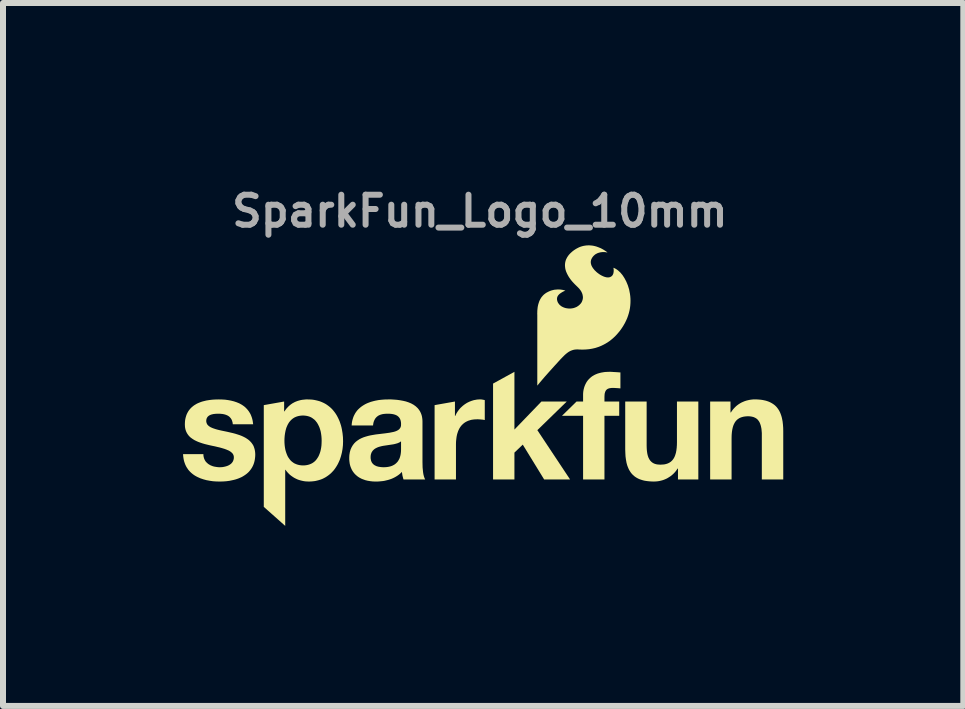
<source format=kicad_pcb>
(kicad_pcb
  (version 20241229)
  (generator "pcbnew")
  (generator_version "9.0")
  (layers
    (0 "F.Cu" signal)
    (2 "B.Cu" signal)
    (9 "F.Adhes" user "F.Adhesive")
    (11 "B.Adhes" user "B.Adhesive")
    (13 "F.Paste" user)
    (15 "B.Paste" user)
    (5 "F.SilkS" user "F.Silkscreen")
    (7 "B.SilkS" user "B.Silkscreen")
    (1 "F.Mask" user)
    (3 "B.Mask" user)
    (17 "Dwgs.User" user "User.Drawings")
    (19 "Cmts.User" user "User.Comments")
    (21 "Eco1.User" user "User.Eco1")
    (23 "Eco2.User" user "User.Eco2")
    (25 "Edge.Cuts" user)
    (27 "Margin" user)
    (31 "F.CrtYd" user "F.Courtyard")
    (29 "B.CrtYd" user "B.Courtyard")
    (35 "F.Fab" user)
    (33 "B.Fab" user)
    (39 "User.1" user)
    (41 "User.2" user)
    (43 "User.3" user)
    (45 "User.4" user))
  (footprint "SparkFun_Logo_10mm"
    (layer "F.Cu")
    (at 4.946 4.268)
    (property "Reference" "SparkFun_Logo_10mm" (at 0 -3.8 0) (layer "F.Fab") (effects (font (size 0.5 0.5) (thickness 0.1))))
    (attr board_only exclude_from_pos_files exclude_from_bom)
    (fp_poly (pts (xy 0.575 -0.161) (xy 1.025 -0.628) (xy 1.447 -0.628) (xy 0.957 -0.151) (xy 1.502 0.67) (xy 1.07 0.67) (xy 0.714 0.09) (xy 0.575 0.223) (xy 0.575 0.67) (xy 0.219 0.67) (xy 0.219 -0.927) (xy 0.575 -1.123)) (stroke (width 0) (type solid)) (fill yes) (layer "F.SilkS"))
    (fp_poly (pts (xy 0.008 -0.663) (xy 0.013 -0.663) (xy 0.018 -0.663) (xy 0.023 -0.663) (xy 0.033 -0.661) (xy 0.043 -0.66) (xy 0.053 -0.658) (xy 0.062 -0.656) (xy 0.072 -0.654) (xy 0.081 -0.651) (xy 0.081 -0.32) (xy 0.068 -0.322) (xy 0.053 -0.325) (xy 0.037 -0.327) (xy 0.021 -0.328) (xy 0.004 -0.33) (xy -0.014 -0.331) (xy -0.031 -0.332) (xy -0.047 -0.332) (xy -0.071 -0.331) (xy -0.094 -0.33) (xy -0.117 -0.327) (xy -0.138 -0.324) (xy -0.158 -0.319) (xy -0.177 -0.313) (xy -0.196 -0.307) (xy -0.213 -0.299) (xy -0.23 -0.291) (xy -0.245 -0.282) (xy -0.26 -0.272) (xy -0.274 -0.261) (xy -0.287 -0.249) (xy -0.3 -0.237) (xy -0.311 -0.224) (xy -0.322 -0.21) (xy -0.332 -0.196) (xy -0.341 -0.181) (xy -0.349 -0.165) (xy -0.357 -0.149) (xy -0.364 -0.132) (xy -0.37 -0.114) (xy -0.376 -0.096) (xy -0.381 -0.078) (xy -0.385 -0.059) (xy -0.389 -0.039) (xy -0.394 0.001) (xy -0.398 0.042) (xy -0.399 0.085) (xy -0.399 0.67) (xy -0.755 0.67) (xy -0.755 -0.568) (xy -0.416 -0.628) (xy -0.416 -0.387) (xy -0.411 -0.387) (xy -0.405 -0.402) (xy -0.397 -0.417) (xy -0.39 -0.432) (xy -0.381 -0.446) (xy -0.372 -0.46) (xy -0.363 -0.473) (xy -0.353 -0.486) (xy -0.343 -0.499) (xy -0.332 -0.512) (xy -0.321 -0.524) (xy -0.309 -0.535) (xy -0.297 -0.546) (xy -0.285 -0.557) (xy -0.272 -0.567) (xy -0.259 -0.577) (xy -0.245 -0.587) (xy -0.232 -0.595) (xy -0.218 -0.604) (xy -0.203 -0.612) (xy -0.188 -0.619) (xy -0.174 -0.626) (xy -0.158 -0.632) (xy -0.143 -0.638) (xy -0.127 -0.643) (xy -0.112 -0.648) (xy -0.096 -0.652) (xy -0.079 -0.655) (xy -0.063 -0.658) (xy -0.047 -0.661) (xy -0.03 -0.662) (xy -0.014 -0.663) (xy 0.003 -0.663)) (stroke (width 0) (type solid)) (fill yes) (layer "F.SilkS"))
    (fp_poly (pts (xy 2.177 -1.123) (xy 2.201 -1.122) (xy 2.224 -1.12) (xy 2.248 -1.119) (xy 2.295 -1.116) (xy 2.319 -1.114) (xy 2.341 -1.113) (xy 2.341 -0.847) (xy 2.325 -0.848) (xy 2.309 -0.85) (xy 2.293 -0.851) (xy 2.276 -0.852) (xy 2.26 -0.853) (xy 2.243 -0.854) (xy 2.227 -0.854) (xy 2.211 -0.854) (xy 2.193 -0.854) (xy 2.185 -0.853) (xy 2.177 -0.852) (xy 2.169 -0.851) (xy 2.162 -0.85) (xy 2.155 -0.848) (xy 2.148 -0.846) (xy 2.142 -0.844) (xy 2.136 -0.842) (xy 2.13 -0.839) (xy 2.125 -0.836) (xy 2.12 -0.833) (xy 2.115 -0.829) (xy 2.111 -0.825) (xy 2.106 -0.821) (xy 2.102 -0.816) (xy 2.099 -0.811) (xy 2.095 -0.806) (xy 2.092 -0.8) (xy 2.09 -0.795) (xy 2.087 -0.788) (xy 2.085 -0.782) (xy 2.083 -0.775) (xy 2.081 -0.768) (xy 2.079 -0.76) (xy 2.078 -0.752) (xy 2.077 -0.743) (xy 2.076 -0.726) (xy 2.075 -0.706) (xy 2.075 -0.628) (xy 2.321 -0.628) (xy 2.321 -0.39) (xy 2.075 -0.39) (xy 2.075 0.67) (xy 1.719 0.67) (xy 1.719 -0.39) (xy 1.367 -0.39) (xy 1.61 -0.628) (xy 1.719 -0.628) (xy 1.719 -0.729) (xy 1.719 -0.75) (xy 1.72 -0.771) (xy 1.722 -0.792) (xy 1.725 -0.812) (xy 1.729 -0.832) (xy 1.734 -0.851) (xy 1.739 -0.869) (xy 1.746 -0.888) (xy 1.753 -0.905) (xy 1.761 -0.922) (xy 1.77 -0.939) (xy 1.779 -0.955) (xy 1.79 -0.97) (xy 1.801 -0.985) (xy 1.814 -0.999) (xy 1.827 -1.012) (xy 1.841 -1.025) (xy 1.855 -1.037) (xy 1.871 -1.049) (xy 1.888 -1.059) (xy 1.905 -1.069) (xy 1.923 -1.078) (xy 1.942 -1.086) (xy 1.962 -1.094) (xy 1.983 -1.1) (xy 2.005 -1.106) (xy 2.027 -1.111) (xy 2.051 -1.115) (xy 2.075 -1.119) (xy 2.1 -1.121) (xy 2.126 -1.122) (xy 2.153 -1.123)) (stroke (width 0) (type solid)) (fill yes) (layer "F.SilkS"))
    (fp_poly (pts (xy 2.778 0.105) (xy 2.779 0.144) (xy 2.781 0.18) (xy 2.785 0.214) (xy 2.79 0.245) (xy 2.797 0.273) (xy 2.806 0.3) (xy 2.811 0.312) (xy 2.817 0.323) (xy 2.823 0.334) (xy 2.829 0.344) (xy 2.836 0.354) (xy 2.844 0.363) (xy 2.852 0.371) (xy 2.86 0.379) (xy 2.869 0.386) (xy 2.879 0.393) (xy 2.889 0.399) (xy 2.9 0.404) (xy 2.911 0.409) (xy 2.923 0.413) (xy 2.935 0.416) (xy 2.948 0.419) (xy 2.962 0.421) (xy 2.976 0.422) (xy 2.991 0.423) (xy 3.006 0.424) (xy 3.024 0.423) (xy 3.041 0.422) (xy 3.058 0.421) (xy 3.074 0.419) (xy 3.089 0.416) (xy 3.104 0.412) (xy 3.118 0.408) (xy 3.131 0.403) (xy 3.144 0.397) (xy 3.156 0.391) (xy 3.168 0.383) (xy 3.179 0.376) (xy 3.189 0.367) (xy 3.199 0.358) (xy 3.208 0.348) (xy 3.217 0.337) (xy 3.225 0.325) (xy 3.233 0.313) (xy 3.24 0.299) (xy 3.246 0.286) (xy 3.252 0.271) (xy 3.257 0.255) (xy 3.262 0.239) (xy 3.267 0.221) (xy 3.27 0.203) (xy 3.274 0.184) (xy 3.276 0.164) (xy 3.279 0.144) (xy 3.28 0.122) (xy 3.282 0.1) (xy 3.283 0.052) (xy 3.283 -0.628) (xy 3.639 -0.628) (xy 3.639 0.67) (xy 3.3 0.67) (xy 3.3 0.489) (xy 3.293 0.489) (xy 3.284 0.503) (xy 3.275 0.516) (xy 3.266 0.529) (xy 3.256 0.541) (xy 3.246 0.553) (xy 3.235 0.564) (xy 3.225 0.575) (xy 3.214 0.585) (xy 3.202 0.595) (xy 3.191 0.605) (xy 3.179 0.614) (xy 3.167 0.622) (xy 3.142 0.638) (xy 3.117 0.653) (xy 3.091 0.665) (xy 3.064 0.676) (xy 3.037 0.685) (xy 3.009 0.692) (xy 2.981 0.698) (xy 2.952 0.702) (xy 2.924 0.704) (xy 2.896 0.705) (xy 2.861 0.704) (xy 2.828 0.702) (xy 2.797 0.699) (xy 2.767 0.695) (xy 2.738 0.69) (xy 2.711 0.683) (xy 2.686 0.675) (xy 2.662 0.667) (xy 2.639 0.657) (xy 2.618 0.646) (xy 2.598 0.634) (xy 2.579 0.621) (xy 2.562 0.606) (xy 2.545 0.591) (xy 2.53 0.575) (xy 2.516 0.558) (xy 2.504 0.54) (xy 2.492 0.521) (xy 2.481 0.501) (xy 2.472 0.481) (xy 2.463 0.459) (xy 2.455 0.437) (xy 2.448 0.413) (xy 2.442 0.389) (xy 2.433 0.339) (xy 2.426 0.286) (xy 2.423 0.229) (xy 2.421 0.17) (xy 2.421 -0.628) (xy 2.778 -0.628)) (stroke (width 0) (type solid)) (fill yes) (layer "F.SilkS"))
    (fp_poly (pts (xy 4.614 -0.663) (xy 4.647 -0.661) (xy 4.679 -0.658) (xy 4.709 -0.654) (xy 4.737 -0.648) (xy 4.764 -0.642) (xy 4.789 -0.634) (xy 4.814 -0.625) (xy 4.836 -0.615) (xy 4.857 -0.604) (xy 4.877 -0.592) (xy 4.896 -0.579) (xy 4.914 -0.565) (xy 4.93 -0.55) (xy 4.945 -0.534) (xy 4.959 -0.516) (xy 4.972 -0.498) (xy 4.983 -0.48) (xy 4.994 -0.46) (xy 5.004 -0.439) (xy 5.012 -0.417) (xy 5.02 -0.395) (xy 5.027 -0.372) (xy 5.033 -0.348) (xy 5.043 -0.297) (xy 5.049 -0.244) (xy 5.053 -0.188) (xy 5.054 -0.129) (xy 5.054 0.67) (xy 4.697 0.67) (xy 4.697 -0.063) (xy 4.697 -0.102) (xy 4.694 -0.138) (xy 4.691 -0.172) (xy 4.685 -0.203) (xy 4.678 -0.232) (xy 4.669 -0.258) (xy 4.664 -0.27) (xy 4.659 -0.282) (xy 4.653 -0.292) (xy 4.646 -0.303) (xy 4.639 -0.312) (xy 4.632 -0.321) (xy 4.624 -0.33) (xy 4.615 -0.338) (xy 4.606 -0.345) (xy 4.596 -0.351) (xy 4.586 -0.357) (xy 4.575 -0.362) (xy 4.564 -0.367) (xy 4.552 -0.371) (xy 4.54 -0.374) (xy 4.527 -0.377) (xy 4.513 -0.379) (xy 4.499 -0.381) (xy 4.484 -0.382) (xy 4.469 -0.382) (xy 4.451 -0.382) (xy 4.434 -0.381) (xy 4.417 -0.379) (xy 4.402 -0.377) (xy 4.386 -0.374) (xy 4.372 -0.37) (xy 4.358 -0.366) (xy 4.344 -0.361) (xy 4.331 -0.355) (xy 4.319 -0.349) (xy 4.308 -0.342) (xy 4.297 -0.334) (xy 4.286 -0.326) (xy 4.276 -0.316) (xy 4.267 -0.306) (xy 4.258 -0.295) (xy 4.25 -0.284) (xy 4.243 -0.271) (xy 4.236 -0.258) (xy 4.229 -0.244) (xy 4.223 -0.229) (xy 4.218 -0.214) (xy 4.213 -0.197) (xy 4.209 -0.18) (xy 4.205 -0.162) (xy 4.202 -0.143) (xy 4.199 -0.123) (xy 4.197 -0.102) (xy 4.195 -0.081) (xy 4.194 -0.058) (xy 4.193 -0.01) (xy 4.193 0.67) (xy 3.836 0.67) (xy 3.836 -0.628) (xy 4.175 -0.628) (xy 4.175 -0.447) (xy 4.183 -0.447) (xy 4.191 -0.461) (xy 4.2 -0.474) (xy 4.21 -0.487) (xy 4.219 -0.499) (xy 4.23 -0.511) (xy 4.24 -0.522) (xy 4.251 -0.533) (xy 4.262 -0.544) (xy 4.273 -0.554) (xy 4.284 -0.563) (xy 4.296 -0.572) (xy 4.308 -0.581) (xy 4.333 -0.597) (xy 4.358 -0.611) (xy 4.385 -0.623) (xy 4.411 -0.634) (xy 4.439 -0.643) (xy 4.467 -0.65) (xy 4.495 -0.656) (xy 4.523 -0.66) (xy 4.551 -0.663) (xy 4.579 -0.663)) (stroke (width 0) (type solid)) (fill yes) (layer "F.SilkS"))
    (fp_poly (pts (xy -2.833 -0.662) (xy -2.797 -0.66) (xy -2.762 -0.655) (xy -2.728 -0.648) (xy -2.696 -0.64) (xy -2.665 -0.631) (xy -2.635 -0.619) (xy -2.606 -0.606) (xy -2.579 -0.592) (xy -2.553 -0.576) (xy -2.528 -0.558) (xy -2.505 -0.54) (xy -2.482 -0.52) (xy -2.461 -0.499) (xy -2.441 -0.476) (xy -2.423 -0.453) (xy -2.405 -0.428) (xy -2.389 -0.403) (xy -2.374 -0.376) (xy -2.36 -0.348) (xy -2.347 -0.32) (xy -2.335 -0.291) (xy -2.325 -0.261) (xy -2.315 -0.23) (xy -2.307 -0.199) (xy -2.3 -0.167) (xy -2.289 -0.101) (xy -2.282 -0.034) (xy -2.28 0.035) (xy -2.282 0.099) (xy -2.289 0.163) (xy -2.3 0.225) (xy -2.316 0.286) (xy -2.335 0.344) (xy -2.36 0.399) (xy -2.374 0.426) (xy -2.389 0.451) (xy -2.405 0.476) (xy -2.422 0.5) (xy -2.44 0.523) (xy -2.46 0.544) (xy -2.48 0.565) (xy -2.502 0.584) (xy -2.525 0.602) (xy -2.549 0.619) (xy -2.574 0.635) (xy -2.6 0.649) (xy -2.627 0.662) (xy -2.656 0.673) (xy -2.685 0.682) (xy -2.716 0.69) (xy -2.748 0.697) (xy -2.781 0.701) (xy -2.815 0.704) (xy -2.85 0.705) (xy -2.88 0.704) (xy -2.909 0.702) (xy -2.937 0.698) (xy -2.965 0.692) (xy -2.993 0.685) (xy -3.02 0.677) (xy -3.046 0.667) (xy -3.071 0.655) (xy -3.096 0.642) (xy -3.119 0.627) (xy -3.142 0.611) (xy -3.164 0.594) (xy -3.184 0.575) (xy -3.204 0.554) (xy -3.222 0.533) (xy -3.239 0.509) (xy -3.244 0.509) (xy -3.244 1.444) (xy -3.601 1.127) (xy -3.601 0.025) (xy -3.257 0.025) (xy -3.256 0.064) (xy -3.253 0.103) (xy -3.248 0.141) (xy -3.241 0.178) (xy -3.231 0.213) (xy -3.219 0.247) (xy -3.205 0.28) (xy -3.197 0.295) (xy -3.188 0.309) (xy -3.178 0.323) (xy -3.168 0.337) (xy -3.157 0.35) (xy -3.146 0.362) (xy -3.133 0.373) (xy -3.12 0.383) (xy -3.106 0.393) (xy -3.092 0.402) (xy -3.076 0.409) (xy -3.06 0.416) (xy -3.043 0.422) (xy -3.025 0.427) (xy -3.007 0.431) (xy -2.987 0.434) (xy -2.967 0.436) (xy -2.945 0.436) (xy -2.924 0.436) (xy -2.904 0.434) (xy -2.884 0.431) (xy -2.865 0.427) (xy -2.847 0.422) (xy -2.83 0.416) (xy -2.814 0.409) (xy -2.799 0.402) (xy -2.784 0.393) (xy -2.77 0.383) (xy -2.757 0.373) (xy -2.745 0.362) (xy -2.734 0.35) (xy -2.723 0.337) (xy -2.713 0.323) (xy -2.704 0.309) (xy -2.695 0.295) (xy -2.687 0.28) (xy -2.68 0.264) (xy -2.673 0.247) (xy -2.667 0.231) (xy -2.661 0.213) (xy -2.656 0.196) (xy -2.652 0.178) (xy -2.645 0.141) (xy -2.64 0.103) (xy -2.638 0.064) (xy -2.637 0.025) (xy -2.638 -0.014) (xy -2.641 -0.053) (xy -2.646 -0.091) (xy -2.653 -0.129) (xy -2.663 -0.165) (xy -2.675 -0.2) (xy -2.69 -0.232) (xy -2.698 -0.248) (xy -2.707 -0.263) (xy -2.716 -0.278) (xy -2.727 -0.291) (xy -2.737 -0.305) (xy -2.749 -0.317) (xy -2.761 -0.329) (xy -2.775 -0.339) (xy -2.788 -0.349) (xy -2.803 -0.359) (xy -2.818 -0.367) (xy -2.834 -0.374) (xy -2.851 -0.38) (xy -2.869 -0.385) (xy -2.887 -0.389) (xy -2.907 -0.392) (xy -2.927 -0.394) (xy -2.948 -0.395) (xy -2.969 -0.394) (xy -2.99 -0.392) (xy -3.01 -0.389) (xy -3.028 -0.385) (xy -3.046 -0.38) (xy -3.063 -0.374) (xy -3.079 -0.367) (xy -3.095 -0.359) (xy -3.109 -0.35) (xy -3.123 -0.34) (xy -3.136 -0.329) (xy -3.148 -0.318) (xy -3.16 -0.305) (xy -3.171 -0.292) (xy -3.181 -0.279) (xy -3.19 -0.264) (xy -3.199 -0.249) (xy -3.207 -0.233) (xy -3.214 -0.217) (xy -3.221 -0.201) (xy -3.227 -0.184) (xy -3.232 -0.166) (xy -3.237 -0.148) (xy -3.241 -0.13) (xy -3.248 -0.092) (xy -3.253 -0.054) (xy -3.256 -0.015) (xy -3.257 0.025) (xy -3.601 0.025) (xy -3.601 -0.568) (xy -3.262 -0.628) (xy -3.262 -0.463) (xy -3.257 -0.463) (xy -3.248 -0.476) (xy -3.24 -0.488) (xy -3.231 -0.5) (xy -3.222 -0.512) (xy -3.212 -0.523) (xy -3.202 -0.533) (xy -3.192 -0.544) (xy -3.182 -0.553) (xy -3.171 -0.563) (xy -3.161 -0.571) (xy -3.15 -0.58) (xy -3.138 -0.588) (xy -3.127 -0.596) (xy -3.115 -0.603) (xy -3.103 -0.609) (xy -3.091 -0.616) (xy -3.078 -0.622) (xy -3.066 -0.627) (xy -3.04 -0.637) (xy -3.013 -0.645) (xy -2.986 -0.652) (xy -2.958 -0.657) (xy -2.929 -0.66) (xy -2.9 -0.663) (xy -2.87 -0.663)) (stroke (width 0) (type solid)) (fill yes) (layer "F.SilkS"))
    (fp_poly (pts (xy -1.478 -0.663) (xy -1.429 -0.66) (xy -1.379 -0.656) (xy -1.329 -0.649) (xy -1.28 -0.64) (xy -1.233 -0.629) (xy -1.188 -0.614) (xy -1.145 -0.596) (xy -1.125 -0.585) (xy -1.105 -0.574) (xy -1.087 -0.561) (xy -1.069 -0.548) (xy -1.053 -0.533) (xy -1.037 -0.518) (xy -1.023 -0.501) (xy -1.01 -0.483) (xy -0.998 -0.464) (xy -0.988 -0.444) (xy -0.979 -0.423) (xy -0.971 -0.4) (xy -0.965 -0.375) (xy -0.961 -0.35) (xy -0.958 -0.323) (xy -0.957 -0.294) (xy -0.957 0.381) (xy -0.956 0.425) (xy -0.955 0.469) (xy -0.951 0.511) (xy -0.947 0.55) (xy -0.944 0.569) (xy -0.941 0.587) (xy -0.937 0.603) (xy -0.933 0.619) (xy -0.928 0.634) (xy -0.923 0.647) (xy -0.918 0.659) (xy -0.912 0.67) (xy -1.273 0.67) (xy -1.278 0.655) (xy -1.282 0.639) (xy -1.286 0.624) (xy -1.29 0.608) (xy -1.293 0.592) (xy -1.295 0.576) (xy -1.298 0.56) (xy -1.299 0.544) (xy -1.321 0.566) (xy -1.343 0.585) (xy -1.367 0.603) (xy -1.392 0.619) (xy -1.418 0.634) (xy -1.444 0.647) (xy -1.471 0.659) (xy -1.499 0.669) (xy -1.528 0.678) (xy -1.557 0.685) (xy -1.586 0.692) (xy -1.615 0.697) (xy -1.645 0.7) (xy -1.675 0.703) (xy -1.706 0.705) (xy -1.736 0.705) (xy -1.782 0.704) (xy -1.826 0.699) (xy -1.869 0.692) (xy -1.91 0.682) (xy -1.929 0.675) (xy -1.948 0.668) (xy -1.967 0.661) (xy -1.985 0.652) (xy -2.002 0.643) (xy -2.019 0.633) (xy -2.035 0.622) (xy -2.05 0.61) (xy -2.064 0.598) (xy -2.078 0.585) (xy -2.091 0.571) (xy -2.103 0.556) (xy -2.115 0.54) (xy -2.125 0.524) (xy -2.135 0.507) (xy -2.143 0.489) (xy -2.151 0.47) (xy -2.158 0.451) (xy -2.164 0.43) (xy -2.169 0.409) (xy -2.172 0.387) (xy -2.175 0.364) (xy -2.177 0.34) (xy -2.177 0.316) (xy -2.177 0.301) (xy -1.821 0.301) (xy -1.821 0.313) (xy -1.82 0.324) (xy -1.818 0.335) (xy -1.816 0.345) (xy -1.814 0.355) (xy -1.811 0.365) (xy -1.807 0.373) (xy -1.803 0.382) (xy -1.799 0.39) (xy -1.794 0.397) (xy -1.788 0.404) (xy -1.782 0.411) (xy -1.776 0.417) (xy -1.77 0.422) (xy -1.762 0.428) (xy -1.755 0.433) (xy -1.747 0.437) (xy -1.739 0.441) (xy -1.731 0.445) (xy -1.722 0.449) (xy -1.714 0.452) (xy -1.704 0.454) (xy -1.695 0.457) (xy -1.685 0.459) (xy -1.666 0.462) (xy -1.645 0.465) (xy -1.624 0.466) (xy -1.602 0.467) (xy -1.577 0.466) (xy -1.553 0.464) (xy -1.531 0.461) (xy -1.51 0.457) (xy -1.49 0.452) (xy -1.472 0.446) (xy -1.455 0.439) (xy -1.44 0.431) (xy -1.425 0.423) (xy -1.412 0.413) (xy -1.4 0.404) (xy -1.389 0.393) (xy -1.378 0.382) (xy -1.369 0.371) (xy -1.361 0.359) (xy -1.354 0.347) (xy -1.347 0.335) (xy -1.341 0.323) (xy -1.336 0.31) (xy -1.332 0.298) (xy -1.325 0.273) (xy -1.32 0.248) (xy -1.317 0.225) (xy -1.315 0.204) (xy -1.314 0.168) (xy -1.314 0.035) (xy -1.32 0.039) (xy -1.326 0.044) (xy -1.332 0.048) (xy -1.339 0.052) (xy -1.354 0.059) (xy -1.37 0.066) (xy -1.387 0.071) (xy -1.405 0.076) (xy -1.424 0.081) (xy -1.443 0.085) (xy -1.61 0.11) (xy -1.631 0.114) (xy -1.651 0.119) (xy -1.671 0.124) (xy -1.69 0.13) (xy -1.708 0.137) (xy -1.725 0.145) (xy -1.742 0.154) (xy -1.75 0.159) (xy -1.757 0.164) (xy -1.764 0.17) (xy -1.771 0.176) (xy -1.777 0.182) (xy -1.783 0.188) (xy -1.789 0.195) (xy -1.794 0.203) (xy -1.799 0.211) (xy -1.804 0.219) (xy -1.808 0.227) (xy -1.811 0.237) (xy -1.814 0.246) (xy -1.817 0.256) (xy -1.819 0.266) (xy -1.82 0.277) (xy -1.821 0.289) (xy -1.821 0.301) (xy -2.177 0.301) (xy -2.175 0.263) (xy -2.167 0.215) (xy -2.155 0.172) (xy -2.138 0.134) (xy -2.118 0.1) (xy -2.095 0.07) (xy -2.068 0.043) (xy -2.038 0.02) (xy -2.006 -0.001) (xy -1.972 -0.018) (xy -1.936 -0.033) (xy -1.898 -0.045) (xy -1.859 -0.056) (xy -1.819 -0.065) (xy -1.738 -0.079) (xy -1.579 -0.098) (xy -1.507 -0.108) (xy -1.442 -0.121) (xy -1.413 -0.129) (xy -1.388 -0.139) (xy -1.365 -0.151) (xy -1.346 -0.165) (xy -1.332 -0.182) (xy -1.321 -0.201) (xy -1.315 -0.223) (xy -1.314 -0.249) (xy -1.314 -0.263) (xy -1.315 -0.276) (xy -1.316 -0.288) (xy -1.319 -0.3) (xy -1.321 -0.311) (xy -1.324 -0.321) (xy -1.328 -0.331) (xy -1.332 -0.34) (xy -1.337 -0.349) (xy -1.342 -0.357) (xy -1.348 -0.364) (xy -1.354 -0.371) (xy -1.36 -0.377) (xy -1.367 -0.383) (xy -1.375 -0.389) (xy -1.382 -0.394) (xy -1.39 -0.398) (xy -1.399 -0.402) (xy -1.407 -0.406) (xy -1.417 -0.409) (xy -1.426 -0.412) (xy -1.436 -0.415) (xy -1.446 -0.417) (xy -1.456 -0.419) (xy -1.477 -0.422) (xy -1.499 -0.424) (xy -1.521 -0.425) (xy -1.545 -0.425) (xy -1.57 -0.424) (xy -1.594 -0.422) (xy -1.617 -0.419) (xy -1.638 -0.414) (xy -1.648 -0.411) (xy -1.658 -0.408) (xy -1.668 -0.404) (xy -1.677 -0.4) (xy -1.686 -0.396) (xy -1.694 -0.391) (xy -1.702 -0.385) (xy -1.71 -0.38) (xy -1.717 -0.374) (xy -1.724 -0.367) (xy -1.731 -0.36) (xy -1.737 -0.353) (xy -1.743 -0.345) (xy -1.748 -0.337) (xy -1.753 -0.328) (xy -1.758 -0.319) (xy -1.762 -0.309) (xy -1.766 -0.299) (xy -1.77 -0.289) (xy -1.773 -0.278) (xy -1.775 -0.266) (xy -1.778 -0.254) (xy -1.779 -0.242) (xy -1.781 -0.229) (xy -2.137 -0.229) (xy -2.135 -0.259) (xy -2.131 -0.288) (xy -2.125 -0.316) (xy -2.117 -0.343) (xy -2.109 -0.368) (xy -2.099 -0.392) (xy -2.087 -0.415) (xy -2.075 -0.437) (xy -2.061 -0.457) (xy -2.046 -0.477) (xy -2.03 -0.495) (xy -2.012 -0.512) (xy -1.994 -0.528) (xy -1.975 -0.543) (xy -1.955 -0.557) (xy -1.934 -0.57) (xy -1.912 -0.583) (xy -1.89 -0.594) (xy -1.867 -0.604) (xy -1.843 -0.613) (xy -1.819 -0.622) (xy -1.794 -0.629) (xy -1.768 -0.636) (xy -1.743 -0.642) (xy -1.69 -0.652) (xy -1.636 -0.658) (xy -1.582 -0.662) (xy -1.527 -0.663)) (stroke (width 0) (type solid)) (fill yes) (layer "F.SilkS"))
    (fp_poly (pts (xy -4.299 -0.662) (xy -4.247 -0.659) (xy -4.196 -0.652) (xy -4.147 -0.643) (xy -4.099 -0.631) (xy -4.054 -0.616) (xy -4.01 -0.598) (xy -3.99 -0.587) (xy -3.97 -0.576) (xy -3.95 -0.563) (xy -3.932 -0.55) (xy -3.914 -0.536) (xy -3.898 -0.52) (xy -3.882 -0.504) (xy -3.867 -0.486) (xy -3.853 -0.468) (xy -3.84 -0.448) (xy -3.828 -0.428) (xy -3.817 -0.406) (xy -3.808 -0.383) (xy -3.799 -0.358) (xy -3.792 -0.333) (xy -3.786 -0.306) (xy -3.782 -0.278) (xy -3.778 -0.249) (xy -4.117 -0.249) (xy -4.119 -0.262) (xy -4.12 -0.274) (xy -4.123 -0.285) (xy -4.126 -0.296) (xy -4.129 -0.307) (xy -4.133 -0.317) (xy -4.137 -0.326) (xy -4.142 -0.335) (xy -4.147 -0.343) (xy -4.153 -0.351) (xy -4.159 -0.358) (xy -4.165 -0.365) (xy -4.172 -0.372) (xy -4.179 -0.378) (xy -4.187 -0.384) (xy -4.195 -0.389) (xy -4.203 -0.394) (xy -4.212 -0.398) (xy -4.221 -0.402) (xy -4.23 -0.406) (xy -4.24 -0.409) (xy -4.25 -0.412) (xy -4.26 -0.415) (xy -4.27 -0.417) (xy -4.292 -0.421) (xy -4.314 -0.423) (xy -4.337 -0.425) (xy -4.361 -0.425) (xy -4.377 -0.425) (xy -4.393 -0.424) (xy -4.409 -0.423) (xy -4.426 -0.421) (xy -4.443 -0.419) (xy -4.459 -0.415) (xy -4.475 -0.411) (xy -4.491 -0.405) (xy -4.498 -0.402) (xy -4.505 -0.398) (xy -4.512 -0.394) (xy -4.518 -0.39) (xy -4.524 -0.385) (xy -4.53 -0.38) (xy -4.535 -0.375) (xy -4.54 -0.369) (xy -4.544 -0.362) (xy -4.548 -0.355) (xy -4.552 -0.348) (xy -4.554 -0.34) (xy -4.557 -0.332) (xy -4.558 -0.323) (xy -4.559 -0.314) (xy -4.56 -0.304) (xy -4.559 -0.293) (xy -4.557 -0.281) (xy -4.554 -0.271) (xy -4.55 -0.261) (xy -4.546 -0.252) (xy -4.54 -0.243) (xy -4.533 -0.235) (xy -4.525 -0.227) (xy -4.516 -0.219) (xy -4.506 -0.212) (xy -4.496 -0.206) (xy -4.485 -0.199) (xy -4.473 -0.194) (xy -4.46 -0.188) (xy -4.447 -0.183) (xy -4.433 -0.178) (xy -4.403 -0.168) (xy -4.371 -0.159) (xy -4.338 -0.151) (xy -4.303 -0.143) (xy -4.23 -0.128) (xy -4.193 -0.12) (xy -4.155 -0.111) (xy -4.116 -0.102) (xy -4.078 -0.092) (xy -4.04 -0.08) (xy -4.003 -0.068) (xy -3.967 -0.054) (xy -3.933 -0.038) (xy -3.901 -0.021) (xy -3.871 -0.001) (xy -3.857 0.009) (xy -3.844 0.02) (xy -3.831 0.032) (xy -3.819 0.045) (xy -3.807 0.058) (xy -3.797 0.072) (xy -3.787 0.086) (xy -3.778 0.101) (xy -3.77 0.117) (xy -3.764 0.134) (xy -3.758 0.152) (xy -3.753 0.17) (xy -3.749 0.19) (xy -3.746 0.21) (xy -3.744 0.231) (xy -3.743 0.253) (xy -3.744 0.284) (xy -3.747 0.314) (xy -3.751 0.343) (xy -3.757 0.371) (xy -3.764 0.397) (xy -3.773 0.422) (xy -3.783 0.445) (xy -3.795 0.468) (xy -3.808 0.489) (xy -3.822 0.509) (xy -3.837 0.528) (xy -3.853 0.546) (xy -3.871 0.563) (xy -3.89 0.579) (xy -3.909 0.593) (xy -3.93 0.607) (xy -3.951 0.62) (xy -3.973 0.632) (xy -3.996 0.642) (xy -4.019 0.652) (xy -4.044 0.661) (xy -4.068 0.669) (xy -4.094 0.676) (xy -4.12 0.682) (xy -4.172 0.693) (xy -4.226 0.7) (xy -4.281 0.704) (xy -4.336 0.705) (xy -4.392 0.704) (xy -4.448 0.7) (xy -4.503 0.692) (xy -4.557 0.682) (xy -4.608 0.668) (xy -4.658 0.651) (xy -4.705 0.63) (xy -4.728 0.618) (xy -4.749 0.606) (xy -4.77 0.592) (xy -4.79 0.577) (xy -4.809 0.561) (xy -4.827 0.544) (xy -4.844 0.526) (xy -4.86 0.507) (xy -4.874 0.486) (xy -4.888 0.465) (xy -4.9 0.442) (xy -4.911 0.418) (xy -4.92 0.393) (xy -4.929 0.366) (xy -4.935 0.339) (xy -4.94 0.31) (xy -4.944 0.28) (xy -4.946 0.248) (xy -4.607 0.248) (xy -4.607 0.262) (xy -4.606 0.276) (xy -4.604 0.289) (xy -4.601 0.301) (xy -4.598 0.313) (xy -4.594 0.325) (xy -4.589 0.336) (xy -4.584 0.347) (xy -4.578 0.357) (xy -4.572 0.367) (xy -4.565 0.376) (xy -4.557 0.384) (xy -4.549 0.393) (xy -4.54 0.4) (xy -4.532 0.408) (xy -4.522 0.415) (xy -4.512 0.421) (xy -4.502 0.427) (xy -4.492 0.433) (xy -4.481 0.438) (xy -4.47 0.442) (xy -4.458 0.447) (xy -4.446 0.451) (xy -4.434 0.454) (xy -4.422 0.457) (xy -4.41 0.459) (xy -4.385 0.463) (xy -4.359 0.466) (xy -4.333 0.467) (xy -4.314 0.466) (xy -4.295 0.465) (xy -4.275 0.462) (xy -4.255 0.458) (xy -4.235 0.453) (xy -4.215 0.447) (xy -4.197 0.44) (xy -4.179 0.431) (xy -4.171 0.426) (xy -4.162 0.42) (xy -4.155 0.415) (xy -4.147 0.409) (xy -4.14 0.402) (xy -4.134 0.395) (xy -4.128 0.388) (xy -4.122 0.38) (xy -4.117 0.372) (xy -4.113 0.363) (xy -4.109 0.354) (xy -4.106 0.344) (xy -4.103 0.334) (xy -4.101 0.324) (xy -4.1 0.312) (xy -4.1 0.301) (xy -4.1 0.291) (xy -4.102 0.281) (xy -4.104 0.272) (xy -4.107 0.263) (xy -4.111 0.255) (xy -4.115 0.247) (xy -4.121 0.239) (xy -4.127 0.231) (xy -4.135 0.224) (xy -4.143 0.217) (xy -4.151 0.21) (xy -4.161 0.204) (xy -4.171 0.197) (xy -4.182 0.191) (xy -4.194 0.185) (xy -4.207 0.18) (xy -4.22 0.174) (xy -4.234 0.169) (xy -4.249 0.163) (xy -4.265 0.158) (xy -4.298 0.148) (xy -4.334 0.138) (xy -4.373 0.129) (xy -4.414 0.119) (xy -4.458 0.11) (xy -4.504 0.1) (xy -4.582 0.081) (xy -4.62 0.07) (xy -4.656 0.058) (xy -4.692 0.045) (xy -4.726 0.03) (xy -4.758 0.014) (xy -4.788 -0.005) (xy -4.802 -0.015) (xy -4.816 -0.025) (xy -4.829 -0.036) (xy -4.841 -0.048) (xy -4.852 -0.06) (xy -4.862 -0.073) (xy -4.872 -0.087) (xy -4.881 -0.102) (xy -4.889 -0.117) (xy -4.896 -0.133) (xy -4.902 -0.15) (xy -4.907 -0.167) (xy -4.911 -0.186) (xy -4.914 -0.205) (xy -4.915 -0.225) (xy -4.916 -0.246) (xy -4.915 -0.277) (xy -4.913 -0.306) (xy -4.909 -0.333) (xy -4.903 -0.36) (xy -4.896 -0.384) (xy -4.888 -0.408) (xy -4.878 -0.43) (xy -4.867 -0.451) (xy -4.855 -0.471) (xy -4.841 -0.49) (xy -4.826 -0.508) (xy -4.811 -0.524) (xy -4.794 -0.539) (xy -4.776 -0.554) (xy -4.758 -0.567) (xy -4.738 -0.579) (xy -4.718 -0.591) (xy -4.697 -0.601) (xy -4.675 -0.61) (xy -4.652 -0.619) (xy -4.629 -0.627) (xy -4.606 -0.633) (xy -4.582 -0.639) (xy -4.557 -0.645) (xy -4.507 -0.653) (xy -4.455 -0.659) (xy -4.403 -0.662) (xy -4.351 -0.663)) (stroke (width 0) (type solid)) (fill yes) (layer "F.SilkS"))
    (fp_poly (pts (xy 1.827 -3.23) (xy 1.85 -3.228) (xy 1.873 -3.226) (xy 1.895 -3.222) (xy 1.916 -3.217) (xy 1.936 -3.212) (xy 1.956 -3.205) (xy 1.975 -3.198) (xy 1.992 -3.191) (xy 2.01 -3.184) (xy 2.026 -3.176) (xy 2.055 -3.16) (xy 2.079 -3.145) (xy 2.099 -3.132) (xy 2.114 -3.121) (xy 2.126 -3.111) (xy 2.119 -3.112) (xy 2.101 -3.115) (xy 2.089 -3.117) (xy 2.075 -3.118) (xy 2.059 -3.118) (xy 2.041 -3.118) (xy 2.023 -3.116) (xy 2.004 -3.113) (xy 1.985 -3.108) (xy 1.975 -3.105) (xy 1.965 -3.102) (xy 1.956 -3.098) (xy 1.946 -3.093) (xy 1.937 -3.088) (xy 1.927 -3.083) (xy 1.918 -3.076) (xy 1.909 -3.069) (xy 1.901 -3.061) (xy 1.892 -3.053) (xy 1.882 -3.041) (xy 1.873 -3.029) (xy 1.866 -3.017) (xy 1.859 -3.004) (xy 1.856 -2.998) (xy 1.854 -2.991) (xy 1.852 -2.985) (xy 1.85 -2.978) (xy 1.849 -2.972) (xy 1.848 -2.965) (xy 1.847 -2.958) (xy 1.847 -2.951) (xy 1.847 -2.945) (xy 1.848 -2.937) (xy 1.849 -2.93) (xy 1.85 -2.923) (xy 1.852 -2.916) (xy 1.854 -2.909) (xy 1.856 -2.901) (xy 1.859 -2.894) (xy 1.863 -2.886) (xy 1.867 -2.878) (xy 1.871 -2.87) (xy 1.876 -2.863) (xy 1.881 -2.854) (xy 1.887 -2.846) (xy 1.9 -2.83) (xy 1.911 -2.816) (xy 1.925 -2.803) (xy 1.939 -2.789) (xy 1.954 -2.776) (xy 1.97 -2.764) (xy 1.986 -2.752) (xy 2.003 -2.741) (xy 2.02 -2.731) (xy 2.038 -2.722) (xy 2.055 -2.714) (xy 2.073 -2.707) (xy 2.09 -2.702) (xy 2.106 -2.698) (xy 2.114 -2.697) (xy 2.122 -2.696) (xy 2.13 -2.696) (xy 2.137 -2.696) (xy 2.145 -2.696) (xy 2.152 -2.697) (xy 2.161 -2.699) (xy 2.17 -2.702) (xy 2.178 -2.706) (xy 2.185 -2.71) (xy 2.192 -2.714) (xy 2.197 -2.719) (xy 2.203 -2.724) (xy 2.207 -2.73) (xy 2.212 -2.736) (xy 2.215 -2.743) (xy 2.218 -2.749) (xy 2.221 -2.756) (xy 2.223 -2.763) (xy 2.225 -2.77) (xy 2.226 -2.777) (xy 2.227 -2.784) (xy 2.229 -2.798) (xy 2.229 -2.811) (xy 2.229 -2.823) (xy 2.228 -2.834) (xy 2.227 -2.843) (xy 2.225 -2.85) (xy 2.224 -2.857) (xy 2.244 -2.849) (xy 2.263 -2.839) (xy 2.282 -2.827) (xy 2.302 -2.812) (xy 2.34 -2.777) (xy 2.376 -2.734) (xy 2.409 -2.683) (xy 2.439 -2.626) (xy 2.465 -2.563) (xy 2.486 -2.495) (xy 2.5 -2.422) (xy 2.505 -2.384) (xy 2.508 -2.346) (xy 2.509 -2.307) (xy 2.508 -2.267) (xy 2.505 -2.226) (xy 2.5 -2.185) (xy 2.492 -2.143) (xy 2.482 -2.102) (xy 2.469 -2.06) (xy 2.454 -2.018) (xy 2.435 -1.975) (xy 2.414 -1.933) (xy 2.39 -1.891) (xy 2.363 -1.849) (xy 2.333 -1.807) (xy 2.3 -1.767) (xy 2.266 -1.729) (xy 2.23 -1.694) (xy 2.192 -1.661) (xy 2.152 -1.63) (xy 2.11 -1.603) (xy 2.066 -1.578) (xy 2.021 -1.556) (xy 1.973 -1.537) (xy 1.924 -1.521) (xy 1.872 -1.509) (xy 1.819 -1.5) (xy 1.763 -1.495) (xy 1.705 -1.493) (xy 1.646 -1.495) (xy 1.63 -1.496) (xy 1.615 -1.496) (xy 1.6 -1.495) (xy 1.586 -1.494) (xy 1.572 -1.492) (xy 1.558 -1.489) (xy 1.545 -1.485) (xy 1.532 -1.481) (xy 1.52 -1.476) (xy 1.507 -1.471) (xy 1.495 -1.464) (xy 1.483 -1.458) (xy 1.46 -1.442) (xy 1.437 -1.424) (xy 1.414 -1.404) (xy 1.391 -1.381) (xy 1.367 -1.357) (xy 1.342 -1.331) (xy 1.231 -1.209) (xy 1.177 -1.149) (xy 1.126 -1.092) (xy 1.079 -1.039) (xy 1.038 -0.991) (xy 1.004 -0.951) (xy 0.978 -0.92) (xy 0.956 -0.893) (xy 0.956 -2.07) (xy 0.955 -2.093) (xy 0.956 -2.116) (xy 0.956 -2.137) (xy 0.958 -2.158) (xy 0.96 -2.178) (xy 0.962 -2.197) (xy 0.965 -2.215) (xy 0.969 -2.233) (xy 0.973 -2.25) (xy 0.978 -2.266) (xy 0.983 -2.281) (xy 0.988 -2.296) (xy 0.994 -2.31) (xy 1.001 -2.323) (xy 1.007 -2.336) (xy 1.015 -2.348) (xy 1.022 -2.36) (xy 1.03 -2.371) (xy 1.039 -2.381) (xy 1.047 -2.391) (xy 1.056 -2.4) (xy 1.065 -2.409) (xy 1.075 -2.417) (xy 1.085 -2.425) (xy 1.095 -2.432) (xy 1.105 -2.439) (xy 1.116 -2.445) (xy 1.127 -2.451) (xy 1.149 -2.462) (xy 1.171 -2.471) (xy 1.184 -2.476) (xy 1.197 -2.48) (xy 1.209 -2.483) (xy 1.221 -2.486) (xy 1.233 -2.489) (xy 1.245 -2.491) (xy 1.257 -2.492) (xy 1.268 -2.493) (xy 1.28 -2.494) (xy 1.29 -2.495) (xy 1.301 -2.495) (xy 1.311 -2.495) (xy 1.321 -2.495) (xy 1.331 -2.494) (xy 1.349 -2.493) (xy 1.365 -2.49) (xy 1.38 -2.488) (xy 1.393 -2.485) (xy 1.404 -2.482) (xy 1.412 -2.479) (xy 1.419 -2.477) (xy 1.424 -2.475) (xy 1.408 -2.469) (xy 1.39 -2.461) (xy 1.38 -2.456) (xy 1.37 -2.45) (xy 1.359 -2.443) (xy 1.348 -2.436) (xy 1.337 -2.428) (xy 1.326 -2.42) (xy 1.317 -2.411) (xy 1.312 -2.406) (xy 1.308 -2.401) (xy 1.304 -2.396) (xy 1.3 -2.391) (xy 1.297 -2.385) (xy 1.294 -2.38) (xy 1.291 -2.373) (xy 1.288 -2.366) (xy 1.287 -2.359) (xy 1.285 -2.352) (xy 1.285 -2.345) (xy 1.284 -2.337) (xy 1.285 -2.329) (xy 1.285 -2.322) (xy 1.287 -2.314) (xy 1.289 -2.306) (xy 1.291 -2.298) (xy 1.294 -2.291) (xy 1.297 -2.283) (xy 1.301 -2.275) (xy 1.306 -2.268) (xy 1.311 -2.26) (xy 1.316 -2.253) (xy 1.322 -2.246) (xy 1.328 -2.239) (xy 1.335 -2.233) (xy 1.343 -2.226) (xy 1.351 -2.22) (xy 1.359 -2.214) (xy 1.368 -2.209) (xy 1.378 -2.204) (xy 1.388 -2.199) (xy 1.398 -2.195) (xy 1.409 -2.191) (xy 1.421 -2.187) (xy 1.433 -2.184) (xy 1.445 -2.182) (xy 1.458 -2.18) (xy 1.477 -2.178) (xy 1.496 -2.177) (xy 1.514 -2.178) (xy 1.532 -2.18) (xy 1.55 -2.183) (xy 1.567 -2.187) (xy 1.583 -2.193) (xy 1.599 -2.199) (xy 1.614 -2.206) (xy 1.628 -2.215) (xy 1.641 -2.224) (xy 1.654 -2.234) (xy 1.665 -2.245) (xy 1.676 -2.256) (xy 1.685 -2.268) (xy 1.694 -2.281) (xy 1.701 -2.295) (xy 1.706 -2.309) (xy 1.711 -2.324) (xy 1.714 -2.339) (xy 1.716 -2.354) (xy 1.716 -2.37) (xy 1.714 -2.387) (xy 1.711 -2.403) (xy 1.707 -2.42) (xy 1.7 -2.437) (xy 1.692 -2.455) (xy 1.682 -2.472) (xy 1.67 -2.489) (xy 1.656 -2.507) (xy 1.64 -2.524) (xy 1.622 -2.542) (xy 1.582 -2.581) (xy 1.545 -2.62) (xy 1.528 -2.64) (xy 1.512 -2.66) (xy 1.498 -2.68) (xy 1.484 -2.7) (xy 1.472 -2.72) (xy 1.461 -2.74) (xy 1.451 -2.76) (xy 1.442 -2.78) (xy 1.434 -2.8) (xy 1.428 -2.82) (xy 1.423 -2.84) (xy 1.42 -2.86) (xy 1.418 -2.88) (xy 1.417 -2.9) (xy 1.418 -2.919) (xy 1.42 -2.939) (xy 1.424 -2.958) (xy 1.429 -2.977) (xy 1.436 -2.996) (xy 1.445 -3.014) (xy 1.455 -3.033) (xy 1.467 -3.051) (xy 1.48 -3.069) (xy 1.496 -3.087) (xy 1.513 -3.104) (xy 1.532 -3.121) (xy 1.552 -3.138) (xy 1.575 -3.154) (xy 1.601 -3.171) (xy 1.627 -3.185) (xy 1.653 -3.198) (xy 1.679 -3.208) (xy 1.705 -3.216) (xy 1.73 -3.222) (xy 1.755 -3.226) (xy 1.78 -3.229) (xy 1.804 -3.23)) (stroke (width 0) (type solid)) (fill yes) (layer "F.SilkS")))
  (gr_rect
    (start -3 -3)
    (end 13 8.712)
    (stroke (width 0.1) (type default))
    (fill no)
    (layer "Edge.Cuts")))
</source>
